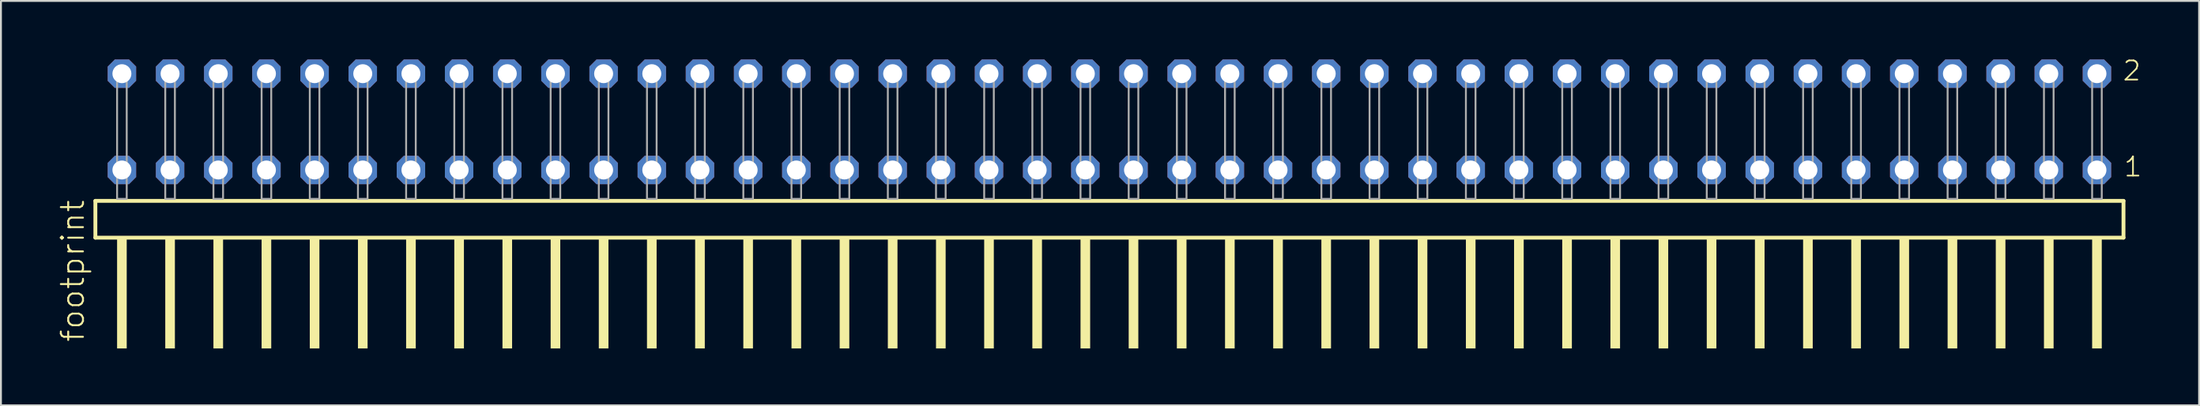
<source format=kicad_pcb>
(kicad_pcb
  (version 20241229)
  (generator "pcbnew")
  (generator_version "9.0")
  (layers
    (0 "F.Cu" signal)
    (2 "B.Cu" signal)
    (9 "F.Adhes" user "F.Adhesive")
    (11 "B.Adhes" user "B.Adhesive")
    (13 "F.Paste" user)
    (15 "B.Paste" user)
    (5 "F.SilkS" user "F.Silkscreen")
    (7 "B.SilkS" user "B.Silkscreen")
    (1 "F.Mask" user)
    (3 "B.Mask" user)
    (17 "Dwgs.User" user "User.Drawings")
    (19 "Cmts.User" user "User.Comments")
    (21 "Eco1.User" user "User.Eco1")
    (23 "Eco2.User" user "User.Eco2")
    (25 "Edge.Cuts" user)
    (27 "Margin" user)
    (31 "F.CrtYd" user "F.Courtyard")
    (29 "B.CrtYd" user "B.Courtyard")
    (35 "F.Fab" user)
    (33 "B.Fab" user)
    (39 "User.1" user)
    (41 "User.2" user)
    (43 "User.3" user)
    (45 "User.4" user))
  (footprint "footprint"
    (layer "F.Cu")
    (at 55.448 7.441)
    (property "Reference" "footprint" (at -53.975 7.62 90) (layer "F.SilkS") (effects (font (size 1.168 1.168) (thickness 0.102)) (justify left bottom)))
    (fp_line (start -53.469 0.106) (end -53.469 2.046) (stroke (width 0.203) (type solid)) (layer "F.SilkS"))
    (fp_line (start -53.469 2.046) (end 53.469 2.046) (stroke (width 0.203) (type solid)) (layer "F.SilkS"))
    (fp_line (start 53.469 0.106) (end -53.469 0.106) (stroke (width 0.203) (type solid)) (layer "F.SilkS"))
    (fp_line (start 53.469 2.046) (end 53.469 0.106) (stroke (width 0.203) (type solid)) (layer "F.SilkS"))
    (fp_poly (pts (xy -52.324 7.89) (xy -51.816 7.89) (xy -51.816 2.04) (xy -52.324 2.04)) (stroke (width 0) (type solid)) (fill yes) (layer "F.SilkS"))
    (fp_poly (pts (xy -49.784 7.89) (xy -49.276 7.89) (xy -49.276 2.04) (xy -49.784 2.04)) (stroke (width 0) (type solid)) (fill yes) (layer "F.SilkS"))
    (fp_poly (pts (xy -47.244 7.89) (xy -46.736 7.89) (xy -46.736 2.04) (xy -47.244 2.04)) (stroke (width 0) (type solid)) (fill yes) (layer "F.SilkS"))
    (fp_poly (pts (xy -44.704 7.89) (xy -44.196 7.89) (xy -44.196 2.04) (xy -44.704 2.04)) (stroke (width 0) (type solid)) (fill yes) (layer "F.SilkS"))
    (fp_poly (pts (xy -42.164 7.89) (xy -41.656 7.89) (xy -41.656 2.04) (xy -42.164 2.04)) (stroke (width 0) (type solid)) (fill yes) (layer "F.SilkS"))
    (fp_poly (pts (xy -39.624 7.89) (xy -39.116 7.89) (xy -39.116 2.04) (xy -39.624 2.04)) (stroke (width 0) (type solid)) (fill yes) (layer "F.SilkS"))
    (fp_poly (pts (xy -37.084 7.89) (xy -36.576 7.89) (xy -36.576 2.04) (xy -37.084 2.04)) (stroke (width 0) (type solid)) (fill yes) (layer "F.SilkS"))
    (fp_poly (pts (xy -34.544 7.89) (xy -34.036 7.89) (xy -34.036 2.04) (xy -34.544 2.04)) (stroke (width 0) (type solid)) (fill yes) (layer "F.SilkS"))
    (fp_poly (pts (xy -32.004 7.89) (xy -31.496 7.89) (xy -31.496 2.04) (xy -32.004 2.04)) (stroke (width 0) (type solid)) (fill yes) (layer "F.SilkS"))
    (fp_poly (pts (xy -29.464 7.89) (xy -28.956 7.89) (xy -28.956 2.04) (xy -29.464 2.04)) (stroke (width 0) (type solid)) (fill yes) (layer "F.SilkS"))
    (fp_poly (pts (xy -26.924 7.89) (xy -26.416 7.89) (xy -26.416 2.04) (xy -26.924 2.04)) (stroke (width 0) (type solid)) (fill yes) (layer "F.SilkS"))
    (fp_poly (pts (xy -24.384 7.89) (xy -23.876 7.89) (xy -23.876 2.04) (xy -24.384 2.04)) (stroke (width 0) (type solid)) (fill yes) (layer "F.SilkS"))
    (fp_poly (pts (xy -21.844 7.89) (xy -21.336 7.89) (xy -21.336 2.04) (xy -21.844 2.04)) (stroke (width 0) (type solid)) (fill yes) (layer "F.SilkS"))
    (fp_poly (pts (xy -19.304 7.89) (xy -18.796 7.89) (xy -18.796 2.04) (xy -19.304 2.04)) (stroke (width 0) (type solid)) (fill yes) (layer "F.SilkS"))
    (fp_poly (pts (xy -16.764 7.89) (xy -16.256 7.89) (xy -16.256 2.04) (xy -16.764 2.04)) (stroke (width 0) (type solid)) (fill yes) (layer "F.SilkS"))
    (fp_poly (pts (xy -14.224 7.89) (xy -13.716 7.89) (xy -13.716 2.04) (xy -14.224 2.04)) (stroke (width 0) (type solid)) (fill yes) (layer "F.SilkS"))
    (fp_poly (pts (xy -11.684 7.89) (xy -11.176 7.89) (xy -11.176 2.04) (xy -11.684 2.04)) (stroke (width 0) (type solid)) (fill yes) (layer "F.SilkS"))
    (fp_poly (pts (xy -9.144 7.89) (xy -8.636 7.89) (xy -8.636 2.04) (xy -9.144 2.04)) (stroke (width 0) (type solid)) (fill yes) (layer "F.SilkS"))
    (fp_poly (pts (xy -6.604 7.89) (xy -6.096 7.89) (xy -6.096 2.04) (xy -6.604 2.04)) (stroke (width 0) (type solid)) (fill yes) (layer "F.SilkS"))
    (fp_poly (pts (xy -4.064 7.89) (xy -3.556 7.89) (xy -3.556 2.04) (xy -4.064 2.04)) (stroke (width 0) (type solid)) (fill yes) (layer "F.SilkS"))
    (fp_poly (pts (xy -1.524 7.89) (xy -1.016 7.89) (xy -1.016 2.04) (xy -1.524 2.04)) (stroke (width 0) (type solid)) (fill yes) (layer "F.SilkS"))
    (fp_poly (pts (xy 1.016 7.89) (xy 1.524 7.89) (xy 1.524 2.04) (xy 1.016 2.04)) (stroke (width 0) (type solid)) (fill yes) (layer "F.SilkS"))
    (fp_poly (pts (xy 3.556 7.89) (xy 4.064 7.89) (xy 4.064 2.04) (xy 3.556 2.04)) (stroke (width 0) (type solid)) (fill yes) (layer "F.SilkS"))
    (fp_poly (pts (xy 6.096 7.89) (xy 6.604 7.89) (xy 6.604 2.04) (xy 6.096 2.04)) (stroke (width 0) (type solid)) (fill yes) (layer "F.SilkS"))
    (fp_poly (pts (xy 8.636 7.89) (xy 9.144 7.89) (xy 9.144 2.04) (xy 8.636 2.04)) (stroke (width 0) (type solid)) (fill yes) (layer "F.SilkS"))
    (fp_poly (pts (xy 11.176 7.89) (xy 11.684 7.89) (xy 11.684 2.04) (xy 11.176 2.04)) (stroke (width 0) (type solid)) (fill yes) (layer "F.SilkS"))
    (fp_poly (pts (xy 13.716 7.89) (xy 14.224 7.89) (xy 14.224 2.04) (xy 13.716 2.04)) (stroke (width 0) (type solid)) (fill yes) (layer "F.SilkS"))
    (fp_poly (pts (xy 16.256 7.89) (xy 16.764 7.89) (xy 16.764 2.04) (xy 16.256 2.04)) (stroke (width 0) (type solid)) (fill yes) (layer "F.SilkS"))
    (fp_poly (pts (xy 18.796 7.89) (xy 19.304 7.89) (xy 19.304 2.04) (xy 18.796 2.04)) (stroke (width 0) (type solid)) (fill yes) (layer "F.SilkS"))
    (fp_poly (pts (xy 21.336 7.89) (xy 21.844 7.89) (xy 21.844 2.04) (xy 21.336 2.04)) (stroke (width 0) (type solid)) (fill yes) (layer "F.SilkS"))
    (fp_poly (pts (xy 23.876 7.89) (xy 24.384 7.89) (xy 24.384 2.04) (xy 23.876 2.04)) (stroke (width 0) (type solid)) (fill yes) (layer "F.SilkS"))
    (fp_poly (pts (xy 26.416 7.89) (xy 26.924 7.89) (xy 26.924 2.04) (xy 26.416 2.04)) (stroke (width 0) (type solid)) (fill yes) (layer "F.SilkS"))
    (fp_poly (pts (xy 28.956 7.89) (xy 29.464 7.89) (xy 29.464 2.04) (xy 28.956 2.04)) (stroke (width 0) (type solid)) (fill yes) (layer "F.SilkS"))
    (fp_poly (pts (xy 31.496 7.89) (xy 32.004 7.89) (xy 32.004 2.04) (xy 31.496 2.04)) (stroke (width 0) (type solid)) (fill yes) (layer "F.SilkS"))
    (fp_poly (pts (xy 34.036 7.89) (xy 34.544 7.89) (xy 34.544 2.04) (xy 34.036 2.04)) (stroke (width 0) (type solid)) (fill yes) (layer "F.SilkS"))
    (fp_poly (pts (xy 36.576 7.89) (xy 37.084 7.89) (xy 37.084 2.04) (xy 36.576 2.04)) (stroke (width 0) (type solid)) (fill yes) (layer "F.SilkS"))
    (fp_poly (pts (xy 39.116 7.89) (xy 39.624 7.89) (xy 39.624 2.04) (xy 39.116 2.04)) (stroke (width 0) (type solid)) (fill yes) (layer "F.SilkS"))
    (fp_poly (pts (xy 41.656 7.89) (xy 42.164 7.89) (xy 42.164 2.04) (xy 41.656 2.04)) (stroke (width 0) (type solid)) (fill yes) (layer "F.SilkS"))
    (fp_poly (pts (xy 44.196 7.89) (xy 44.704 7.89) (xy 44.704 2.04) (xy 44.196 2.04)) (stroke (width 0) (type solid)) (fill yes) (layer "F.SilkS"))
    (fp_poly (pts (xy 46.736 7.89) (xy 47.244 7.89) (xy 47.244 2.04) (xy 46.736 2.04)) (stroke (width 0) (type solid)) (fill yes) (layer "F.SilkS"))
    (fp_poly (pts (xy 49.276 7.89) (xy 49.784 7.89) (xy 49.784 2.04) (xy 49.276 2.04)) (stroke (width 0) (type solid)) (fill yes) (layer "F.SilkS"))
    (fp_poly (pts (xy 51.816 7.89) (xy 52.324 7.89) (xy 52.324 2.04) (xy 51.816 2.04)) (stroke (width 0) (type solid)) (fill yes) (layer "F.SilkS"))
    (fp_poly (pts (xy -52.324 0) (xy -51.816 0) (xy -51.816 -6.858) (xy -52.324 -6.858)) (stroke (width 0.1) (type solid)) (fill no) (layer "F.Fab"))
    (fp_poly (pts (xy -49.784 0) (xy -49.276 0) (xy -49.276 -6.858) (xy -49.784 -6.858)) (stroke (width 0.1) (type solid)) (fill no) (layer "F.Fab"))
    (fp_poly (pts (xy -47.244 0) (xy -46.736 0) (xy -46.736 -6.858) (xy -47.244 -6.858)) (stroke (width 0.1) (type solid)) (fill no) (layer "F.Fab"))
    (fp_poly (pts (xy -44.704 0) (xy -44.196 0) (xy -44.196 -6.858) (xy -44.704 -6.858)) (stroke (width 0.1) (type solid)) (fill no) (layer "F.Fab"))
    (fp_poly (pts (xy -42.164 0) (xy -41.656 0) (xy -41.656 -6.858) (xy -42.164 -6.858)) (stroke (width 0.1) (type solid)) (fill no) (layer "F.Fab"))
    (fp_poly (pts (xy -39.624 0) (xy -39.116 0) (xy -39.116 -6.858) (xy -39.624 -6.858)) (stroke (width 0.1) (type solid)) (fill no) (layer "F.Fab"))
    (fp_poly (pts (xy -37.084 0) (xy -36.576 0) (xy -36.576 -6.858) (xy -37.084 -6.858)) (stroke (width 0.1) (type solid)) (fill no) (layer "F.Fab"))
    (fp_poly (pts (xy -34.544 0) (xy -34.036 0) (xy -34.036 -6.858) (xy -34.544 -6.858)) (stroke (width 0.1) (type solid)) (fill no) (layer "F.Fab"))
    (fp_poly (pts (xy -32.004 0) (xy -31.496 0) (xy -31.496 -6.858) (xy -32.004 -6.858)) (stroke (width 0.1) (type solid)) (fill no) (layer "F.Fab"))
    (fp_poly (pts (xy -29.464 0) (xy -28.956 0) (xy -28.956 -6.858) (xy -29.464 -6.858)) (stroke (width 0.1) (type solid)) (fill no) (layer "F.Fab"))
    (fp_poly (pts (xy -26.924 0) (xy -26.416 0) (xy -26.416 -6.858) (xy -26.924 -6.858)) (stroke (width 0.1) (type solid)) (fill no) (layer "F.Fab"))
    (fp_poly (pts (xy -24.384 0) (xy -23.876 0) (xy -23.876 -6.858) (xy -24.384 -6.858)) (stroke (width 0.1) (type solid)) (fill no) (layer "F.Fab"))
    (fp_poly (pts (xy -21.844 0) (xy -21.336 0) (xy -21.336 -6.858) (xy -21.844 -6.858)) (stroke (width 0.1) (type solid)) (fill no) (layer "F.Fab"))
    (fp_poly (pts (xy -19.304 0) (xy -18.796 0) (xy -18.796 -6.858) (xy -19.304 -6.858)) (stroke (width 0.1) (type solid)) (fill no) (layer "F.Fab"))
    (fp_poly (pts (xy -16.764 0) (xy -16.256 0) (xy -16.256 -6.858) (xy -16.764 -6.858)) (stroke (width 0.1) (type solid)) (fill no) (layer "F.Fab"))
    (fp_poly (pts (xy -14.224 0) (xy -13.716 0) (xy -13.716 -6.858) (xy -14.224 -6.858)) (stroke (width 0.1) (type solid)) (fill no) (layer "F.Fab"))
    (fp_poly (pts (xy -11.684 0) (xy -11.176 0) (xy -11.176 -6.858) (xy -11.684 -6.858)) (stroke (width 0.1) (type solid)) (fill no) (layer "F.Fab"))
    (fp_poly (pts (xy -9.144 0) (xy -8.636 0) (xy -8.636 -6.858) (xy -9.144 -6.858)) (stroke (width 0.1) (type solid)) (fill no) (layer "F.Fab"))
    (fp_poly (pts (xy -6.604 0) (xy -6.096 0) (xy -6.096 -6.858) (xy -6.604 -6.858)) (stroke (width 0.1) (type solid)) (fill no) (layer "F.Fab"))
    (fp_poly (pts (xy -4.064 0) (xy -3.556 0) (xy -3.556 -6.858) (xy -4.064 -6.858)) (stroke (width 0.1) (type solid)) (fill no) (layer "F.Fab"))
    (fp_poly (pts (xy -1.524 0) (xy -1.016 0) (xy -1.016 -6.858) (xy -1.524 -6.858)) (stroke (width 0.1) (type solid)) (fill no) (layer "F.Fab"))
    (fp_poly (pts (xy 1.016 0) (xy 1.524 0) (xy 1.524 -6.858) (xy 1.016 -6.858)) (stroke (width 0.1) (type solid)) (fill no) (layer "F.Fab"))
    (fp_poly (pts (xy 3.556 0) (xy 4.064 0) (xy 4.064 -6.858) (xy 3.556 -6.858)) (stroke (width 0.1) (type solid)) (fill no) (layer "F.Fab"))
    (fp_poly (pts (xy 6.096 0) (xy 6.604 0) (xy 6.604 -6.858) (xy 6.096 -6.858)) (stroke (width 0.1) (type solid)) (fill no) (layer "F.Fab"))
    (fp_poly (pts (xy 8.636 0) (xy 9.144 0) (xy 9.144 -6.858) (xy 8.636 -6.858)) (stroke (width 0.1) (type solid)) (fill no) (layer "F.Fab"))
    (fp_poly (pts (xy 11.176 0) (xy 11.684 0) (xy 11.684 -6.858) (xy 11.176 -6.858)) (stroke (width 0.1) (type solid)) (fill no) (layer "F.Fab"))
    (fp_poly (pts (xy 13.716 0) (xy 14.224 0) (xy 14.224 -6.858) (xy 13.716 -6.858)) (stroke (width 0.1) (type solid)) (fill no) (layer "F.Fab"))
    (fp_poly (pts (xy 16.256 0) (xy 16.764 0) (xy 16.764 -6.858) (xy 16.256 -6.858)) (stroke (width 0.1) (type solid)) (fill no) (layer "F.Fab"))
    (fp_poly (pts (xy 18.796 0) (xy 19.304 0) (xy 19.304 -6.858) (xy 18.796 -6.858)) (stroke (width 0.1) (type solid)) (fill no) (layer "F.Fab"))
    (fp_poly (pts (xy 21.336 0) (xy 21.844 0) (xy 21.844 -6.858) (xy 21.336 -6.858)) (stroke (width 0.1) (type solid)) (fill no) (layer "F.Fab"))
    (fp_poly (pts (xy 23.876 0) (xy 24.384 0) (xy 24.384 -6.858) (xy 23.876 -6.858)) (stroke (width 0.1) (type solid)) (fill no) (layer "F.Fab"))
    (fp_poly (pts (xy 26.416 0) (xy 26.924 0) (xy 26.924 -6.858) (xy 26.416 -6.858)) (stroke (width 0.1) (type solid)) (fill no) (layer "F.Fab"))
    (fp_poly (pts (xy 28.956 0) (xy 29.464 0) (xy 29.464 -6.858) (xy 28.956 -6.858)) (stroke (width 0.1) (type solid)) (fill no) (layer "F.Fab"))
    (fp_poly (pts (xy 31.496 0) (xy 32.004 0) (xy 32.004 -6.858) (xy 31.496 -6.858)) (stroke (width 0.1) (type solid)) (fill no) (layer "F.Fab"))
    (fp_poly (pts (xy 34.036 0) (xy 34.544 0) (xy 34.544 -6.858) (xy 34.036 -6.858)) (stroke (width 0.1) (type solid)) (fill no) (layer "F.Fab"))
    (fp_poly (pts (xy 36.576 0) (xy 37.084 0) (xy 37.084 -6.858) (xy 36.576 -6.858)) (stroke (width 0.1) (type solid)) (fill no) (layer "F.Fab"))
    (fp_poly (pts (xy 39.116 0) (xy 39.624 0) (xy 39.624 -6.858) (xy 39.116 -6.858)) (stroke (width 0.1) (type solid)) (fill no) (layer "F.Fab"))
    (fp_poly (pts (xy 41.656 0) (xy 42.164 0) (xy 42.164 -6.858) (xy 41.656 -6.858)) (stroke (width 0.1) (type solid)) (fill no) (layer "F.Fab"))
    (fp_poly (pts (xy 44.196 0) (xy 44.704 0) (xy 44.704 -6.858) (xy 44.196 -6.858)) (stroke (width 0.1) (type solid)) (fill no) (layer "F.Fab"))
    (fp_poly (pts (xy 46.736 0) (xy 47.244 0) (xy 47.244 -6.858) (xy 46.736 -6.858)) (stroke (width 0.1) (type solid)) (fill no) (layer "F.Fab"))
    (fp_poly (pts (xy 49.276 0) (xy 49.784 0) (xy 49.784 -6.858) (xy 49.276 -6.858)) (stroke (width 0.1) (type solid)) (fill no) (layer "F.Fab"))
    (fp_poly (pts (xy 51.816 0) (xy 52.324 0) (xy 52.324 -6.858) (xy 51.816 -6.858)) (stroke (width 0.1) (type solid)) (fill no) (layer "F.Fab"))
    (fp_text user "1" (at 53.43 -1.1 0) (layer "F.SilkS") (effects (font (size 1.012 1.012) (thickness 0.088)) (justify left bottom)))
    (fp_text user "2" (at 53.37 -6.165 0) (layer "F.SilkS") (effects (font (size 1.012 1.012) (thickness 0.088)) (justify left bottom)))
    (pad "1" thru_hole roundrect (at 52.07 -1.524 180) (size 1.5 1.5) (drill 1) (layers "*.Cu" "*.Mask") (roundrect_rratio 0.25) (chamfer_ratio 0.25) (chamfer top_left top_right bottom_left bottom_right))
    (pad "2" thru_hole roundrect (at 52.07 -6.604 180) (size 1.5 1.5) (drill 1) (layers "*.Cu" "*.Mask") (roundrect_rratio 0.25) (chamfer_ratio 0.25) (chamfer top_left top_right bottom_left bottom_right))
    (pad "3" thru_hole roundrect (at 49.53 -1.524 180) (size 1.5 1.5) (drill 1) (layers "*.Cu" "*.Mask") (roundrect_rratio 0.25) (chamfer_ratio 0.25) (chamfer top_left top_right bottom_left bottom_right))
    (pad "4" thru_hole roundrect (at 49.53 -6.604 180) (size 1.5 1.5) (drill 1) (layers "*.Cu" "*.Mask") (roundrect_rratio 0.25) (chamfer_ratio 0.25) (chamfer top_left top_right bottom_left bottom_right))
    (pad "5" thru_hole roundrect (at 46.99 -1.524 180) (size 1.5 1.5) (drill 1) (layers "*.Cu" "*.Mask") (roundrect_rratio 0.25) (chamfer_ratio 0.25) (chamfer top_left top_right bottom_left bottom_right))
    (pad "6" thru_hole roundrect (at 46.99 -6.604 180) (size 1.5 1.5) (drill 1) (layers "*.Cu" "*.Mask") (roundrect_rratio 0.25) (chamfer_ratio 0.25) (chamfer top_left top_right bottom_left bottom_right))
    (pad "7" thru_hole roundrect (at 44.45 -1.524 180) (size 1.5 1.5) (drill 1) (layers "*.Cu" "*.Mask") (roundrect_rratio 0.25) (chamfer_ratio 0.25) (chamfer top_left top_right bottom_left bottom_right))
    (pad "8" thru_hole roundrect (at 44.45 -6.604 180) (size 1.5 1.5) (drill 1) (layers "*.Cu" "*.Mask") (roundrect_rratio 0.25) (chamfer_ratio 0.25) (chamfer top_left top_right bottom_left bottom_right))
    (pad "9" thru_hole roundrect (at 41.91 -1.524 180) (size 1.5 1.5) (drill 1) (layers "*.Cu" "*.Mask") (roundrect_rratio 0.25) (chamfer_ratio 0.25) (chamfer top_left top_right bottom_left bottom_right))
    (pad "10" thru_hole roundrect (at 41.91 -6.604 180) (size 1.5 1.5) (drill 1) (layers "*.Cu" "*.Mask") (roundrect_rratio 0.25) (chamfer_ratio 0.25) (chamfer top_left top_right bottom_left bottom_right))
    (pad "11" thru_hole roundrect (at 39.37 -1.524 180) (size 1.5 1.5) (drill 1) (layers "*.Cu" "*.Mask") (roundrect_rratio 0.25) (chamfer_ratio 0.25) (chamfer top_left top_right bottom_left bottom_right))
    (pad "12" thru_hole roundrect (at 39.37 -6.604 180) (size 1.5 1.5) (drill 1) (layers "*.Cu" "*.Mask") (roundrect_rratio 0.25) (chamfer_ratio 0.25) (chamfer top_left top_right bottom_left bottom_right))
    (pad "13" thru_hole roundrect (at 36.83 -1.524 180) (size 1.5 1.5) (drill 1) (layers "*.Cu" "*.Mask") (roundrect_rratio 0.25) (chamfer_ratio 0.25) (chamfer top_left top_right bottom_left bottom_right))
    (pad "14" thru_hole roundrect (at 36.83 -6.604 180) (size 1.5 1.5) (drill 1) (layers "*.Cu" "*.Mask") (roundrect_rratio 0.25) (chamfer_ratio 0.25) (chamfer top_left top_right bottom_left bottom_right))
    (pad "15" thru_hole roundrect (at 34.29 -1.524 180) (size 1.5 1.5) (drill 1) (layers "*.Cu" "*.Mask") (roundrect_rratio 0.25) (chamfer_ratio 0.25) (chamfer top_left top_right bottom_left bottom_right))
    (pad "16" thru_hole roundrect (at 34.29 -6.604 180) (size 1.5 1.5) (drill 1) (layers "*.Cu" "*.Mask") (roundrect_rratio 0.25) (chamfer_ratio 0.25) (chamfer top_left top_right bottom_left bottom_right))
    (pad "17" thru_hole roundrect (at 31.75 -1.524 180) (size 1.5 1.5) (drill 1) (layers "*.Cu" "*.Mask") (roundrect_rratio 0.25) (chamfer_ratio 0.25) (chamfer top_left top_right bottom_left bottom_right))
    (pad "18" thru_hole roundrect (at 31.75 -6.604 180) (size 1.5 1.5) (drill 1) (layers "*.Cu" "*.Mask") (roundrect_rratio 0.25) (chamfer_ratio 0.25) (chamfer top_left top_right bottom_left bottom_right))
    (pad "19" thru_hole roundrect (at 29.21 -1.524 180) (size 1.5 1.5) (drill 1) (layers "*.Cu" "*.Mask") (roundrect_rratio 0.25) (chamfer_ratio 0.25) (chamfer top_left top_right bottom_left bottom_right))
    (pad "20" thru_hole roundrect (at 29.21 -6.604 180) (size 1.5 1.5) (drill 1) (layers "*.Cu" "*.Mask") (roundrect_rratio 0.25) (chamfer_ratio 0.25) (chamfer top_left top_right bottom_left bottom_right))
    (pad "21" thru_hole roundrect (at 26.67 -1.524 180) (size 1.5 1.5) (drill 1) (layers "*.Cu" "*.Mask") (roundrect_rratio 0.25) (chamfer_ratio 0.25) (chamfer top_left top_right bottom_left bottom_right))
    (pad "22" thru_hole roundrect (at 26.67 -6.604 180) (size 1.5 1.5) (drill 1) (layers "*.Cu" "*.Mask") (roundrect_rratio 0.25) (chamfer_ratio 0.25) (chamfer top_left top_right bottom_left bottom_right))
    (pad "23" thru_hole roundrect (at 24.13 -1.524 180) (size 1.5 1.5) (drill 1) (layers "*.Cu" "*.Mask") (roundrect_rratio 0.25) (chamfer_ratio 0.25) (chamfer top_left top_right bottom_left bottom_right))
    (pad "24" thru_hole roundrect (at 24.13 -6.604 180) (size 1.5 1.5) (drill 1) (layers "*.Cu" "*.Mask") (roundrect_rratio 0.25) (chamfer_ratio 0.25) (chamfer top_left top_right bottom_left bottom_right))
    (pad "25" thru_hole roundrect (at 21.59 -1.524 180) (size 1.5 1.5) (drill 1) (layers "*.Cu" "*.Mask") (roundrect_rratio 0.25) (chamfer_ratio 0.25) (chamfer top_left top_right bottom_left bottom_right))
    (pad "26" thru_hole roundrect (at 21.59 -6.604 180) (size 1.5 1.5) (drill 1) (layers "*.Cu" "*.Mask") (roundrect_rratio 0.25) (chamfer_ratio 0.25) (chamfer top_left top_right bottom_left bottom_right))
    (pad "27" thru_hole roundrect (at 19.05 -1.524 180) (size 1.5 1.5) (drill 1) (layers "*.Cu" "*.Mask") (roundrect_rratio 0.25) (chamfer_ratio 0.25) (chamfer top_left top_right bottom_left bottom_right))
    (pad "28" thru_hole roundrect (at 19.05 -6.604 180) (size 1.5 1.5) (drill 1) (layers "*.Cu" "*.Mask") (roundrect_rratio 0.25) (chamfer_ratio 0.25) (chamfer top_left top_right bottom_left bottom_right))
    (pad "29" thru_hole roundrect (at 16.51 -1.524 180) (size 1.5 1.5) (drill 1) (layers "*.Cu" "*.Mask") (roundrect_rratio 0.25) (chamfer_ratio 0.25) (chamfer top_left top_right bottom_left bottom_right))
    (pad "30" thru_hole roundrect (at 16.51 -6.604 180) (size 1.5 1.5) (drill 1) (layers "*.Cu" "*.Mask") (roundrect_rratio 0.25) (chamfer_ratio 0.25) (chamfer top_left top_right bottom_left bottom_right))
    (pad "31" thru_hole roundrect (at 13.97 -1.524 180) (size 1.5 1.5) (drill 1) (layers "*.Cu" "*.Mask") (roundrect_rratio 0.25) (chamfer_ratio 0.25) (chamfer top_left top_right bottom_left bottom_right))
    (pad "32" thru_hole roundrect (at 13.97 -6.604 180) (size 1.5 1.5) (drill 1) (layers "*.Cu" "*.Mask") (roundrect_rratio 0.25) (chamfer_ratio 0.25) (chamfer top_left top_right bottom_left bottom_right))
    (pad "33" thru_hole roundrect (at 11.43 -1.524 180) (size 1.5 1.5) (drill 1) (layers "*.Cu" "*.Mask") (roundrect_rratio 0.25) (chamfer_ratio 0.25) (chamfer top_left top_right bottom_left bottom_right))
    (pad "34" thru_hole roundrect (at 11.43 -6.604 180) (size 1.5 1.5) (drill 1) (layers "*.Cu" "*.Mask") (roundrect_rratio 0.25) (chamfer_ratio 0.25) (chamfer top_left top_right bottom_left bottom_right))
    (pad "35" thru_hole roundrect (at 8.89 -1.524 180) (size 1.5 1.5) (drill 1) (layers "*.Cu" "*.Mask") (roundrect_rratio 0.25) (chamfer_ratio 0.25) (chamfer top_left top_right bottom_left bottom_right))
    (pad "36" thru_hole roundrect (at 8.89 -6.604 180) (size 1.5 1.5) (drill 1) (layers "*.Cu" "*.Mask") (roundrect_rratio 0.25) (chamfer_ratio 0.25) (chamfer top_left top_right bottom_left bottom_right))
    (pad "37" thru_hole roundrect (at 6.35 -1.524 180) (size 1.5 1.5) (drill 1) (layers "*.Cu" "*.Mask") (roundrect_rratio 0.25) (chamfer_ratio 0.25) (chamfer top_left top_right bottom_left bottom_right))
    (pad "38" thru_hole roundrect (at 6.35 -6.604 180) (size 1.5 1.5) (drill 1) (layers "*.Cu" "*.Mask") (roundrect_rratio 0.25) (chamfer_ratio 0.25) (chamfer top_left top_right bottom_left bottom_right))
    (pad "39" thru_hole roundrect (at 3.81 -1.524 180) (size 1.5 1.5) (drill 1) (layers "*.Cu" "*.Mask") (roundrect_rratio 0.25) (chamfer_ratio 0.25) (chamfer top_left top_right bottom_left bottom_right))
    (pad "40" thru_hole roundrect (at 3.81 -6.604 180) (size 1.5 1.5) (drill 1) (layers "*.Cu" "*.Mask") (roundrect_rratio 0.25) (chamfer_ratio 0.25) (chamfer top_left top_right bottom_left bottom_right))
    (pad "41" thru_hole roundrect (at 1.27 -1.524 180) (size 1.5 1.5) (drill 1) (layers "*.Cu" "*.Mask") (roundrect_rratio 0.25) (chamfer_ratio 0.25) (chamfer top_left top_right bottom_left bottom_right))
    (pad "42" thru_hole roundrect (at 1.27 -6.604 180) (size 1.5 1.5) (drill 1) (layers "*.Cu" "*.Mask") (roundrect_rratio 0.25) (chamfer_ratio 0.25) (chamfer top_left top_right bottom_left bottom_right))
    (pad "43" thru_hole roundrect (at -1.27 -1.524 180) (size 1.5 1.5) (drill 1) (layers "*.Cu" "*.Mask") (roundrect_rratio 0.25) (chamfer_ratio 0.25) (chamfer top_left top_right bottom_left bottom_right))
    (pad "44" thru_hole roundrect (at -1.27 -6.604 180) (size 1.5 1.5) (drill 1) (layers "*.Cu" "*.Mask") (roundrect_rratio 0.25) (chamfer_ratio 0.25) (chamfer top_left top_right bottom_left bottom_right))
    (pad "45" thru_hole roundrect (at -3.81 -1.524 180) (size 1.5 1.5) (drill 1) (layers "*.Cu" "*.Mask") (roundrect_rratio 0.25) (chamfer_ratio 0.25) (chamfer top_left top_right bottom_left bottom_right))
    (pad "46" thru_hole roundrect (at -3.81 -6.604 180) (size 1.5 1.5) (drill 1) (layers "*.Cu" "*.Mask") (roundrect_rratio 0.25) (chamfer_ratio 0.25) (chamfer top_left top_right bottom_left bottom_right))
    (pad "47" thru_hole roundrect (at -6.35 -1.524 180) (size 1.5 1.5) (drill 1) (layers "*.Cu" "*.Mask") (roundrect_rratio 0.25) (chamfer_ratio 0.25) (chamfer top_left top_right bottom_left bottom_right))
    (pad "48" thru_hole roundrect (at -6.35 -6.604 180) (size 1.5 1.5) (drill 1) (layers "*.Cu" "*.Mask") (roundrect_rratio 0.25) (chamfer_ratio 0.25) (chamfer top_left top_right bottom_left bottom_right))
    (pad "49" thru_hole roundrect (at -8.89 -1.524 180) (size 1.5 1.5) (drill 1) (layers "*.Cu" "*.Mask") (roundrect_rratio 0.25) (chamfer_ratio 0.25) (chamfer top_left top_right bottom_left bottom_right))
    (pad "50" thru_hole roundrect (at -8.89 -6.604 180) (size 1.5 1.5) (drill 1) (layers "*.Cu" "*.Mask") (roundrect_rratio 0.25) (chamfer_ratio 0.25) (chamfer top_left top_right bottom_left bottom_right))
    (pad "51" thru_hole roundrect (at -11.43 -1.524 180) (size 1.5 1.5) (drill 1) (layers "*.Cu" "*.Mask") (roundrect_rratio 0.25) (chamfer_ratio 0.25) (chamfer top_left top_right bottom_left bottom_right))
    (pad "52" thru_hole roundrect (at -11.43 -6.604 180) (size 1.5 1.5) (drill 1) (layers "*.Cu" "*.Mask") (roundrect_rratio 0.25) (chamfer_ratio 0.25) (chamfer top_left top_right bottom_left bottom_right))
    (pad "53" thru_hole roundrect (at -13.97 -1.524 180) (size 1.5 1.5) (drill 1) (layers "*.Cu" "*.Mask") (roundrect_rratio 0.25) (chamfer_ratio 0.25) (chamfer top_left top_right bottom_left bottom_right))
    (pad "54" thru_hole roundrect (at -13.97 -6.604 180) (size 1.5 1.5) (drill 1) (layers "*.Cu" "*.Mask") (roundrect_rratio 0.25) (chamfer_ratio 0.25) (chamfer top_left top_right bottom_left bottom_right))
    (pad "55" thru_hole roundrect (at -16.51 -1.524 180) (size 1.5 1.5) (drill 1) (layers "*.Cu" "*.Mask") (roundrect_rratio 0.25) (chamfer_ratio 0.25) (chamfer top_left top_right bottom_left bottom_right))
    (pad "56" thru_hole roundrect (at -16.51 -6.604 180) (size 1.5 1.5) (drill 1) (layers "*.Cu" "*.Mask") (roundrect_rratio 0.25) (chamfer_ratio 0.25) (chamfer top_left top_right bottom_left bottom_right))
    (pad "57" thru_hole roundrect (at -19.05 -1.524 180) (size 1.5 1.5) (drill 1) (layers "*.Cu" "*.Mask") (roundrect_rratio 0.25) (chamfer_ratio 0.25) (chamfer top_left top_right bottom_left bottom_right))
    (pad "58" thru_hole roundrect (at -19.05 -6.604 180) (size 1.5 1.5) (drill 1) (layers "*.Cu" "*.Mask") (roundrect_rratio 0.25) (chamfer_ratio 0.25) (chamfer top_left top_right bottom_left bottom_right))
    (pad "59" thru_hole roundrect (at -21.59 -1.524 180) (size 1.5 1.5) (drill 1) (layers "*.Cu" "*.Mask") (roundrect_rratio 0.25) (chamfer_ratio 0.25) (chamfer top_left top_right bottom_left bottom_right))
    (pad "60" thru_hole roundrect (at -21.59 -6.604 180) (size 1.5 1.5) (drill 1) (layers "*.Cu" "*.Mask") (roundrect_rratio 0.25) (chamfer_ratio 0.25) (chamfer top_left top_right bottom_left bottom_right))
    (pad "61" thru_hole roundrect (at -24.13 -1.524 180) (size 1.5 1.5) (drill 1) (layers "*.Cu" "*.Mask") (roundrect_rratio 0.25) (chamfer_ratio 0.25) (chamfer top_left top_right bottom_left bottom_right))
    (pad "62" thru_hole roundrect (at -24.13 -6.604 180) (size 1.5 1.5) (drill 1) (layers "*.Cu" "*.Mask") (roundrect_rratio 0.25) (chamfer_ratio 0.25) (chamfer top_left top_right bottom_left bottom_right))
    (pad "63" thru_hole roundrect (at -26.67 -1.524 180) (size 1.5 1.5) (drill 1) (layers "*.Cu" "*.Mask") (roundrect_rratio 0.25) (chamfer_ratio 0.25) (chamfer top_left top_right bottom_left bottom_right))
    (pad "64" thru_hole roundrect (at -26.67 -6.604 180) (size 1.5 1.5) (drill 1) (layers "*.Cu" "*.Mask") (roundrect_rratio 0.25) (chamfer_ratio 0.25) (chamfer top_left top_right bottom_left bottom_right))
    (pad "65" thru_hole roundrect (at -29.21 -1.524 180) (size 1.5 1.5) (drill 1) (layers "*.Cu" "*.Mask") (roundrect_rratio 0.25) (chamfer_ratio 0.25) (chamfer top_left top_right bottom_left bottom_right))
    (pad "66" thru_hole roundrect (at -29.21 -6.604 180) (size 1.5 1.5) (drill 1) (layers "*.Cu" "*.Mask") (roundrect_rratio 0.25) (chamfer_ratio 0.25) (chamfer top_left top_right bottom_left bottom_right))
    (pad "67" thru_hole roundrect (at -31.75 -1.524 180) (size 1.5 1.5) (drill 1) (layers "*.Cu" "*.Mask") (roundrect_rratio 0.25) (chamfer_ratio 0.25) (chamfer top_left top_right bottom_left bottom_right))
    (pad "68" thru_hole roundrect (at -31.75 -6.604 180) (size 1.5 1.5) (drill 1) (layers "*.Cu" "*.Mask") (roundrect_rratio 0.25) (chamfer_ratio 0.25) (chamfer top_left top_right bottom_left bottom_right))
    (pad "69" thru_hole roundrect (at -34.29 -1.524 180) (size 1.5 1.5) (drill 1) (layers "*.Cu" "*.Mask") (roundrect_rratio 0.25) (chamfer_ratio 0.25) (chamfer top_left top_right bottom_left bottom_right))
    (pad "70" thru_hole roundrect (at -34.29 -6.604 180) (size 1.5 1.5) (drill 1) (layers "*.Cu" "*.Mask") (roundrect_rratio 0.25) (chamfer_ratio 0.25) (chamfer top_left top_right bottom_left bottom_right))
    (pad "71" thru_hole roundrect (at -36.83 -1.524 180) (size 1.5 1.5) (drill 1) (layers "*.Cu" "*.Mask") (roundrect_rratio 0.25) (chamfer_ratio 0.25) (chamfer top_left top_right bottom_left bottom_right))
    (pad "72" thru_hole roundrect (at -36.83 -6.604 180) (size 1.5 1.5) (drill 1) (layers "*.Cu" "*.Mask") (roundrect_rratio 0.25) (chamfer_ratio 0.25) (chamfer top_left top_right bottom_left bottom_right))
    (pad "73" thru_hole roundrect (at -39.37 -1.524 180) (size 1.5 1.5) (drill 1) (layers "*.Cu" "*.Mask") (roundrect_rratio 0.25) (chamfer_ratio 0.25) (chamfer top_left top_right bottom_left bottom_right))
    (pad "74" thru_hole roundrect (at -39.37 -6.604 180) (size 1.5 1.5) (drill 1) (layers "*.Cu" "*.Mask") (roundrect_rratio 0.25) (chamfer_ratio 0.25) (chamfer top_left top_right bottom_left bottom_right))
    (pad "75" thru_hole roundrect (at -41.91 -1.524 180) (size 1.5 1.5) (drill 1) (layers "*.Cu" "*.Mask") (roundrect_rratio 0.25) (chamfer_ratio 0.25) (chamfer top_left top_right bottom_left bottom_right))
    (pad "76" thru_hole roundrect (at -41.91 -6.604 180) (size 1.5 1.5) (drill 1) (layers "*.Cu" "*.Mask") (roundrect_rratio 0.25) (chamfer_ratio 0.25) (chamfer top_left top_right bottom_left bottom_right))
    (pad "77" thru_hole roundrect (at -44.45 -1.524 180) (size 1.5 1.5) (drill 1) (layers "*.Cu" "*.Mask") (roundrect_rratio 0.25) (chamfer_ratio 0.25) (chamfer top_left top_right bottom_left bottom_right))
    (pad "78" thru_hole roundrect (at -44.45 -6.604 180) (size 1.5 1.5) (drill 1) (layers "*.Cu" "*.Mask") (roundrect_rratio 0.25) (chamfer_ratio 0.25) (chamfer top_left top_right bottom_left bottom_right))
    (pad "79" thru_hole roundrect (at -46.99 -1.524 180) (size 1.5 1.5) (drill 1) (layers "*.Cu" "*.Mask") (roundrect_rratio 0.25) (chamfer_ratio 0.25) (chamfer top_left top_right bottom_left bottom_right))
    (pad "80" thru_hole roundrect (at -46.99 -6.604 180) (size 1.5 1.5) (drill 1) (layers "*.Cu" "*.Mask") (roundrect_rratio 0.25) (chamfer_ratio 0.25) (chamfer top_left top_right bottom_left bottom_right))
    (pad "81" thru_hole roundrect (at -49.53 -1.524 180) (size 1.5 1.5) (drill 1) (layers "*.Cu" "*.Mask") (roundrect_rratio 0.25) (chamfer_ratio 0.25) (chamfer top_left top_right bottom_left bottom_right))
    (pad "82" thru_hole roundrect (at -49.53 -6.604 180) (size 1.5 1.5) (drill 1) (layers "*.Cu" "*.Mask") (roundrect_rratio 0.25) (chamfer_ratio 0.25) (chamfer top_left top_right bottom_left bottom_right))
    (pad "83" thru_hole roundrect (at -52.07 -1.524 180) (size 1.5 1.5) (drill 1) (layers "*.Cu" "*.Mask") (roundrect_rratio 0.25) (chamfer_ratio 0.25) (chamfer top_left top_right bottom_left bottom_right))
    (pad "84" thru_hole roundrect (at -52.07 -6.604 180) (size 1.5 1.5) (drill 1) (layers "*.Cu" "*.Mask") (roundrect_rratio 0.25) (chamfer_ratio 0.25) (chamfer top_left top_right bottom_left bottom_right)))
  (gr_rect
    (start -3 -3)
    (end 112.904 18.331)
    (stroke (width 0.1) (type default))
    (fill no)
    (layer "Edge.Cuts")))
</source>
